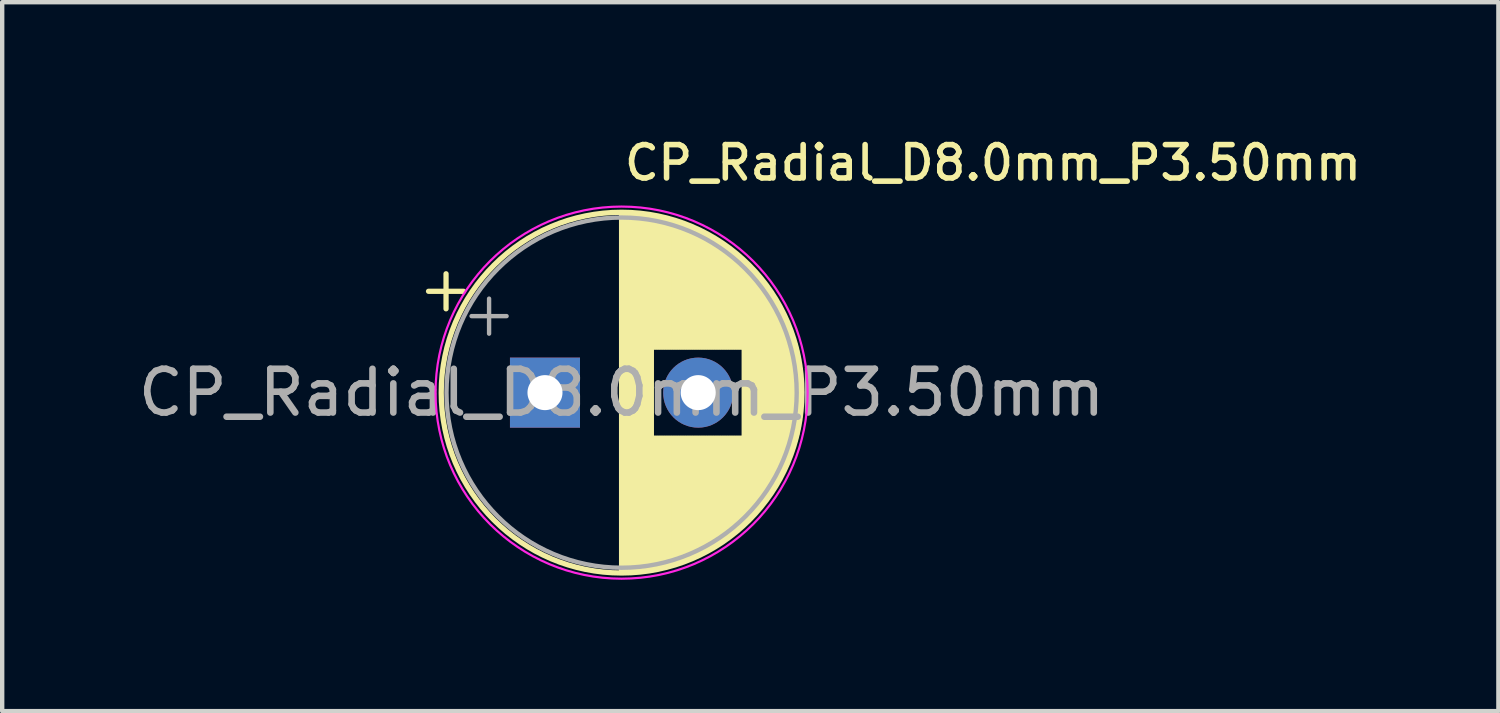
<source format=kicad_pcb>
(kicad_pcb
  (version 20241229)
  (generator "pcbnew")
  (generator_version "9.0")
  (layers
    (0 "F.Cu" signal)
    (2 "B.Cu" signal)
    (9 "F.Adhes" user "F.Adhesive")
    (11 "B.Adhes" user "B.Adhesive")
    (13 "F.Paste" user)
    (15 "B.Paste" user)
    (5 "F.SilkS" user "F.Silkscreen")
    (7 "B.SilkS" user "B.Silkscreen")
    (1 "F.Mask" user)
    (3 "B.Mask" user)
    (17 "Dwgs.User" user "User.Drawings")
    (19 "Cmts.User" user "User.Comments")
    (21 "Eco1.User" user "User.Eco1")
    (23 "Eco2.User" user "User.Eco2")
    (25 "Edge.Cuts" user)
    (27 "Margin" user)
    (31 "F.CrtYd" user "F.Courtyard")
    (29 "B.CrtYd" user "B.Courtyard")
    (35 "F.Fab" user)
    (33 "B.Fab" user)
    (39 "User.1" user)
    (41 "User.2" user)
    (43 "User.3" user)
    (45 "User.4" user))
  (footprint "CP_Radial_D8.0mm_P3.50mm"
    (layer "F.Cu")
    (at 9.399 5.919)
    (property "Reference" "CP_Radial_D8.0mm_P3.50mm" (at 1.75 -5.25 0) (layer "F.SilkS") (effects (font (size 0.762 0.762) (thickness 0.127)) (justify left)))
    (attr through_hole)
    (fp_line (start -2.66 -2.315) (end -1.86 -2.315) (stroke (width 0.12) (type solid)) (layer "F.SilkS"))
    (fp_line (start -2.26 -2.715) (end -2.26 -1.915) (stroke (width 0.12) (type solid)) (layer "F.SilkS"))
    (fp_line (start 1.75 -4.08) (end 1.75 4.08) (stroke (width 0.12) (type solid)) (layer "F.SilkS"))
    (fp_line (start 1.79 -4.08) (end 1.79 4.08) (stroke (width 0.12) (type solid)) (layer "F.SilkS"))
    (fp_line (start 1.83 -4.08) (end 1.83 4.08) (stroke (width 0.12) (type solid)) (layer "F.SilkS"))
    (fp_line (start 1.87 -4.079) (end 1.87 4.079) (stroke (width 0.12) (type solid)) (layer "F.SilkS"))
    (fp_line (start 1.91 -4.077) (end 1.91 4.077) (stroke (width 0.12) (type solid)) (layer "F.SilkS"))
    (fp_line (start 1.95 -4.076) (end 1.95 4.076) (stroke (width 0.12) (type solid)) (layer "F.SilkS"))
    (fp_line (start 1.99 -4.074) (end 1.99 4.074) (stroke (width 0.12) (type solid)) (layer "F.SilkS"))
    (fp_line (start 2.03 -4.071) (end 2.03 4.071) (stroke (width 0.12) (type solid)) (layer "F.SilkS"))
    (fp_line (start 2.07 -4.068) (end 2.07 4.068) (stroke (width 0.12) (type solid)) (layer "F.SilkS"))
    (fp_line (start 2.11 -4.065) (end 2.11 4.065) (stroke (width 0.12) (type solid)) (layer "F.SilkS"))
    (fp_line (start 2.15 -4.061) (end 2.15 4.061) (stroke (width 0.12) (type solid)) (layer "F.SilkS"))
    (fp_line (start 2.19 -4.057) (end 2.19 4.057) (stroke (width 0.12) (type solid)) (layer "F.SilkS"))
    (fp_line (start 2.23 -4.052) (end 2.23 4.052) (stroke (width 0.12) (type solid)) (layer "F.SilkS"))
    (fp_line (start 2.27 -4.048) (end 2.27 4.048) (stroke (width 0.12) (type solid)) (layer "F.SilkS"))
    (fp_line (start 2.31 -4.042) (end 2.31 4.042) (stroke (width 0.12) (type solid)) (layer "F.SilkS"))
    (fp_line (start 2.35 -4.037) (end 2.35 4.037) (stroke (width 0.12) (type solid)) (layer "F.SilkS"))
    (fp_line (start 2.39 -4.03) (end 2.39 4.03) (stroke (width 0.12) (type solid)) (layer "F.SilkS"))
    (fp_line (start 2.43 -4.024) (end 2.43 4.024) (stroke (width 0.12) (type solid)) (layer "F.SilkS"))
    (fp_line (start 2.471 -4.017) (end 2.471 -1.04) (stroke (width 0.12) (type solid)) (layer "F.SilkS"))
    (fp_line (start 2.471 1.04) (end 2.471 4.017) (stroke (width 0.12) (type solid)) (layer "F.SilkS"))
    (fp_line (start 2.511 -4.01) (end 2.511 -1.04) (stroke (width 0.12) (type solid)) (layer "F.SilkS"))
    (fp_line (start 2.511 1.04) (end 2.511 4.01) (stroke (width 0.12) (type solid)) (layer "F.SilkS"))
    (fp_line (start 2.551 -4.002) (end 2.551 -1.04) (stroke (width 0.12) (type solid)) (layer "F.SilkS"))
    (fp_line (start 2.551 1.04) (end 2.551 4.002) (stroke (width 0.12) (type solid)) (layer "F.SilkS"))
    (fp_line (start 2.591 -3.994) (end 2.591 -1.04) (stroke (width 0.12) (type solid)) (layer "F.SilkS"))
    (fp_line (start 2.591 1.04) (end 2.591 3.994) (stroke (width 0.12) (type solid)) (layer "F.SilkS"))
    (fp_line (start 2.631 -3.985) (end 2.631 -1.04) (stroke (width 0.12) (type solid)) (layer "F.SilkS"))
    (fp_line (start 2.631 1.04) (end 2.631 3.985) (stroke (width 0.12) (type solid)) (layer "F.SilkS"))
    (fp_line (start 2.671 -3.976) (end 2.671 -1.04) (stroke (width 0.12) (type solid)) (layer "F.SilkS"))
    (fp_line (start 2.671 1.04) (end 2.671 3.976) (stroke (width 0.12) (type solid)) (layer "F.SilkS"))
    (fp_line (start 2.711 -3.967) (end 2.711 -1.04) (stroke (width 0.12) (type solid)) (layer "F.SilkS"))
    (fp_line (start 2.711 1.04) (end 2.711 3.967) (stroke (width 0.12) (type solid)) (layer "F.SilkS"))
    (fp_line (start 2.751 -3.957) (end 2.751 -1.04) (stroke (width 0.12) (type solid)) (layer "F.SilkS"))
    (fp_line (start 2.751 1.04) (end 2.751 3.957) (stroke (width 0.12) (type solid)) (layer "F.SilkS"))
    (fp_line (start 2.791 -3.947) (end 2.791 -1.04) (stroke (width 0.12) (type solid)) (layer "F.SilkS"))
    (fp_line (start 2.791 1.04) (end 2.791 3.947) (stroke (width 0.12) (type solid)) (layer "F.SilkS"))
    (fp_line (start 2.831 -3.936) (end 2.831 -1.04) (stroke (width 0.12) (type solid)) (layer "F.SilkS"))
    (fp_line (start 2.831 1.04) (end 2.831 3.936) (stroke (width 0.12) (type solid)) (layer "F.SilkS"))
    (fp_line (start 2.871 -3.925) (end 2.871 -1.04) (stroke (width 0.12) (type solid)) (layer "F.SilkS"))
    (fp_line (start 2.871 1.04) (end 2.871 3.925) (stroke (width 0.12) (type solid)) (layer "F.SilkS"))
    (fp_line (start 2.911 -3.914) (end 2.911 -1.04) (stroke (width 0.12) (type solid)) (layer "F.SilkS"))
    (fp_line (start 2.911 1.04) (end 2.911 3.914) (stroke (width 0.12) (type solid)) (layer "F.SilkS"))
    (fp_line (start 2.951 -3.902) (end 2.951 -1.04) (stroke (width 0.12) (type solid)) (layer "F.SilkS"))
    (fp_line (start 2.951 1.04) (end 2.951 3.902) (stroke (width 0.12) (type solid)) (layer "F.SilkS"))
    (fp_line (start 2.991 -3.889) (end 2.991 -1.04) (stroke (width 0.12) (type solid)) (layer "F.SilkS"))
    (fp_line (start 2.991 1.04) (end 2.991 3.889) (stroke (width 0.12) (type solid)) (layer "F.SilkS"))
    (fp_line (start 3.031 -3.877) (end 3.031 -1.04) (stroke (width 0.12) (type solid)) (layer "F.SilkS"))
    (fp_line (start 3.031 1.04) (end 3.031 3.877) (stroke (width 0.12) (type solid)) (layer "F.SilkS"))
    (fp_line (start 3.071 -3.863) (end 3.071 -1.04) (stroke (width 0.12) (type solid)) (layer "F.SilkS"))
    (fp_line (start 3.071 1.04) (end 3.071 3.863) (stroke (width 0.12) (type solid)) (layer "F.SilkS"))
    (fp_line (start 3.111 -3.85) (end 3.111 -1.04) (stroke (width 0.12) (type solid)) (layer "F.SilkS"))
    (fp_line (start 3.111 1.04) (end 3.111 3.85) (stroke (width 0.12) (type solid)) (layer "F.SilkS"))
    (fp_line (start 3.151 -3.835) (end 3.151 -1.04) (stroke (width 0.12) (type solid)) (layer "F.SilkS"))
    (fp_line (start 3.151 1.04) (end 3.151 3.835) (stroke (width 0.12) (type solid)) (layer "F.SilkS"))
    (fp_line (start 3.191 -3.821) (end 3.191 -1.04) (stroke (width 0.12) (type solid)) (layer "F.SilkS"))
    (fp_line (start 3.191 1.04) (end 3.191 3.821) (stroke (width 0.12) (type solid)) (layer "F.SilkS"))
    (fp_line (start 3.231 -3.805) (end 3.231 -1.04) (stroke (width 0.12) (type solid)) (layer "F.SilkS"))
    (fp_line (start 3.231 1.04) (end 3.231 3.805) (stroke (width 0.12) (type solid)) (layer "F.SilkS"))
    (fp_line (start 3.271 -3.79) (end 3.271 -1.04) (stroke (width 0.12) (type solid)) (layer "F.SilkS"))
    (fp_line (start 3.271 1.04) (end 3.271 3.79) (stroke (width 0.12) (type solid)) (layer "F.SilkS"))
    (fp_line (start 3.311 -3.774) (end 3.311 -1.04) (stroke (width 0.12) (type solid)) (layer "F.SilkS"))
    (fp_line (start 3.311 1.04) (end 3.311 3.774) (stroke (width 0.12) (type solid)) (layer "F.SilkS"))
    (fp_line (start 3.351 -3.757) (end 3.351 -1.04) (stroke (width 0.12) (type solid)) (layer "F.SilkS"))
    (fp_line (start 3.351 1.04) (end 3.351 3.757) (stroke (width 0.12) (type solid)) (layer "F.SilkS"))
    (fp_line (start 3.391 -3.74) (end 3.391 -1.04) (stroke (width 0.12) (type solid)) (layer "F.SilkS"))
    (fp_line (start 3.391 1.04) (end 3.391 3.74) (stroke (width 0.12) (type solid)) (layer "F.SilkS"))
    (fp_line (start 3.431 -3.722) (end 3.431 -1.04) (stroke (width 0.12) (type solid)) (layer "F.SilkS"))
    (fp_line (start 3.431 1.04) (end 3.431 3.722) (stroke (width 0.12) (type solid)) (layer "F.SilkS"))
    (fp_line (start 3.471 -3.704) (end 3.471 -1.04) (stroke (width 0.12) (type solid)) (layer "F.SilkS"))
    (fp_line (start 3.471 1.04) (end 3.471 3.704) (stroke (width 0.12) (type solid)) (layer "F.SilkS"))
    (fp_line (start 3.511 -3.686) (end 3.511 -1.04) (stroke (width 0.12) (type solid)) (layer "F.SilkS"))
    (fp_line (start 3.511 1.04) (end 3.511 3.686) (stroke (width 0.12) (type solid)) (layer "F.SilkS"))
    (fp_line (start 3.551 -3.666) (end 3.551 -1.04) (stroke (width 0.12) (type solid)) (layer "F.SilkS"))
    (fp_line (start 3.551 1.04) (end 3.551 3.666) (stroke (width 0.12) (type solid)) (layer "F.SilkS"))
    (fp_line (start 3.591 -3.647) (end 3.591 -1.04) (stroke (width 0.12) (type solid)) (layer "F.SilkS"))
    (fp_line (start 3.591 1.04) (end 3.591 3.647) (stroke (width 0.12) (type solid)) (layer "F.SilkS"))
    (fp_line (start 3.631 -3.627) (end 3.631 -1.04) (stroke (width 0.12) (type solid)) (layer "F.SilkS"))
    (fp_line (start 3.631 1.04) (end 3.631 3.627) (stroke (width 0.12) (type solid)) (layer "F.SilkS"))
    (fp_line (start 3.671 -3.606) (end 3.671 -1.04) (stroke (width 0.12) (type solid)) (layer "F.SilkS"))
    (fp_line (start 3.671 1.04) (end 3.671 3.606) (stroke (width 0.12) (type solid)) (layer "F.SilkS"))
    (fp_line (start 3.711 -3.584) (end 3.711 -1.04) (stroke (width 0.12) (type solid)) (layer "F.SilkS"))
    (fp_line (start 3.711 1.04) (end 3.711 3.584) (stroke (width 0.12) (type solid)) (layer "F.SilkS"))
    (fp_line (start 3.751 -3.562) (end 3.751 -1.04) (stroke (width 0.12) (type solid)) (layer "F.SilkS"))
    (fp_line (start 3.751 1.04) (end 3.751 3.562) (stroke (width 0.12) (type solid)) (layer "F.SilkS"))
    (fp_line (start 3.791 -3.54) (end 3.791 -1.04) (stroke (width 0.12) (type solid)) (layer "F.SilkS"))
    (fp_line (start 3.791 1.04) (end 3.791 3.54) (stroke (width 0.12) (type solid)) (layer "F.SilkS"))
    (fp_line (start 3.831 -3.517) (end 3.831 -1.04) (stroke (width 0.12) (type solid)) (layer "F.SilkS"))
    (fp_line (start 3.831 1.04) (end 3.831 3.517) (stroke (width 0.12) (type solid)) (layer "F.SilkS"))
    (fp_line (start 3.871 -3.493) (end 3.871 -1.04) (stroke (width 0.12) (type solid)) (layer "F.SilkS"))
    (fp_line (start 3.871 1.04) (end 3.871 3.493) (stroke (width 0.12) (type solid)) (layer "F.SilkS"))
    (fp_line (start 3.911 -3.469) (end 3.911 -1.04) (stroke (width 0.12) (type solid)) (layer "F.SilkS"))
    (fp_line (start 3.911 1.04) (end 3.911 3.469) (stroke (width 0.12) (type solid)) (layer "F.SilkS"))
    (fp_line (start 3.951 -3.444) (end 3.951 -1.04) (stroke (width 0.12) (type solid)) (layer "F.SilkS"))
    (fp_line (start 3.951 1.04) (end 3.951 3.444) (stroke (width 0.12) (type solid)) (layer "F.SilkS"))
    (fp_line (start 3.991 -3.418) (end 3.991 -1.04) (stroke (width 0.12) (type solid)) (layer "F.SilkS"))
    (fp_line (start 3.991 1.04) (end 3.991 3.418) (stroke (width 0.12) (type solid)) (layer "F.SilkS"))
    (fp_line (start 4.031 -3.392) (end 4.031 -1.04) (stroke (width 0.12) (type solid)) (layer "F.SilkS"))
    (fp_line (start 4.031 1.04) (end 4.031 3.392) (stroke (width 0.12) (type solid)) (layer "F.SilkS"))
    (fp_line (start 4.071 -3.365) (end 4.071 -1.04) (stroke (width 0.12) (type solid)) (layer "F.SilkS"))
    (fp_line (start 4.071 1.04) (end 4.071 3.365) (stroke (width 0.12) (type solid)) (layer "F.SilkS"))
    (fp_line (start 4.111 -3.338) (end 4.111 -1.04) (stroke (width 0.12) (type solid)) (layer "F.SilkS"))
    (fp_line (start 4.111 1.04) (end 4.111 3.338) (stroke (width 0.12) (type solid)) (layer "F.SilkS"))
    (fp_line (start 4.151 -3.309) (end 4.151 -1.04) (stroke (width 0.12) (type solid)) (layer "F.SilkS"))
    (fp_line (start 4.151 1.04) (end 4.151 3.309) (stroke (width 0.12) (type solid)) (layer "F.SilkS"))
    (fp_line (start 4.191 -3.28) (end 4.191 -1.04) (stroke (width 0.12) (type solid)) (layer "F.SilkS"))
    (fp_line (start 4.191 1.04) (end 4.191 3.28) (stroke (width 0.12) (type solid)) (layer "F.SilkS"))
    (fp_line (start 4.231 -3.25) (end 4.231 -1.04) (stroke (width 0.12) (type solid)) (layer "F.SilkS"))
    (fp_line (start 4.231 1.04) (end 4.231 3.25) (stroke (width 0.12) (type solid)) (layer "F.SilkS"))
    (fp_line (start 4.271 -3.22) (end 4.271 -1.04) (stroke (width 0.12) (type solid)) (layer "F.SilkS"))
    (fp_line (start 4.271 1.04) (end 4.271 3.22) (stroke (width 0.12) (type solid)) (layer "F.SilkS"))
    (fp_line (start 4.311 -3.189) (end 4.311 -1.04) (stroke (width 0.12) (type solid)) (layer "F.SilkS"))
    (fp_line (start 4.311 1.04) (end 4.311 3.189) (stroke (width 0.12) (type solid)) (layer "F.SilkS"))
    (fp_line (start 4.351 -3.156) (end 4.351 -1.04) (stroke (width 0.12) (type solid)) (layer "F.SilkS"))
    (fp_line (start 4.351 1.04) (end 4.351 3.156) (stroke (width 0.12) (type solid)) (layer "F.SilkS"))
    (fp_line (start 4.391 -3.124) (end 4.391 -1.04) (stroke (width 0.12) (type solid)) (layer "F.SilkS"))
    (fp_line (start 4.391 1.04) (end 4.391 3.124) (stroke (width 0.12) (type solid)) (layer "F.SilkS"))
    (fp_line (start 4.431 -3.09) (end 4.431 -1.04) (stroke (width 0.12) (type solid)) (layer "F.SilkS"))
    (fp_line (start 4.431 1.04) (end 4.431 3.09) (stroke (width 0.12) (type solid)) (layer "F.SilkS"))
    (fp_line (start 4.471 -3.055) (end 4.471 -1.04) (stroke (width 0.12) (type solid)) (layer "F.SilkS"))
    (fp_line (start 4.471 1.04) (end 4.471 3.055) (stroke (width 0.12) (type solid)) (layer "F.SilkS"))
    (fp_line (start 4.511 -3.019) (end 4.511 -1.04) (stroke (width 0.12) (type solid)) (layer "F.SilkS"))
    (fp_line (start 4.511 1.04) (end 4.511 3.019) (stroke (width 0.12) (type solid)) (layer "F.SilkS"))
    (fp_line (start 4.551 -2.983) (end 4.551 2.983) (stroke (width 0.12) (type solid)) (layer "F.SilkS"))
    (fp_line (start 4.591 -2.945) (end 4.591 2.945) (stroke (width 0.12) (type solid)) (layer "F.SilkS"))
    (fp_line (start 4.631 -2.907) (end 4.631 2.907) (stroke (width 0.12) (type solid)) (layer "F.SilkS"))
    (fp_line (start 4.671 -2.867) (end 4.671 2.867) (stroke (width 0.12) (type solid)) (layer "F.SilkS"))
    (fp_line (start 4.711 -2.826) (end 4.711 2.826) (stroke (width 0.12) (type solid)) (layer "F.SilkS"))
    (fp_line (start 4.751 -2.784) (end 4.751 2.784) (stroke (width 0.12) (type solid)) (layer "F.SilkS"))
    (fp_line (start 4.791 -2.741) (end 4.791 2.741) (stroke (width 0.12) (type solid)) (layer "F.SilkS"))
    (fp_line (start 4.831 -2.697) (end 4.831 2.697) (stroke (width 0.12) (type solid)) (layer "F.SilkS"))
    (fp_line (start 4.871 -2.651) (end 4.871 2.651) (stroke (width 0.12) (type solid)) (layer "F.SilkS"))
    (fp_line (start 4.911 -2.604) (end 4.911 2.604) (stroke (width 0.12) (type solid)) (layer "F.SilkS"))
    (fp_line (start 4.951 -2.556) (end 4.951 2.556) (stroke (width 0.12) (type solid)) (layer "F.SilkS"))
    (fp_line (start 4.991 -2.505) (end 4.991 2.505) (stroke (width 0.12) (type solid)) (layer "F.SilkS"))
    (fp_line (start 5.031 -2.454) (end 5.031 2.454) (stroke (width 0.12) (type solid)) (layer "F.SilkS"))
    (fp_line (start 5.071 -2.4) (end 5.071 2.4) (stroke (width 0.12) (type solid)) (layer "F.SilkS"))
    (fp_line (start 5.111 -2.345) (end 5.111 2.345) (stroke (width 0.12) (type solid)) (layer "F.SilkS"))
    (fp_line (start 5.151 -2.287) (end 5.151 2.287) (stroke (width 0.12) (type solid)) (layer "F.SilkS"))
    (fp_line (start 5.191 -2.228) (end 5.191 2.228) (stroke (width 0.12) (type solid)) (layer "F.SilkS"))
    (fp_line (start 5.231 -2.166) (end 5.231 2.166) (stroke (width 0.12) (type solid)) (layer "F.SilkS"))
    (fp_line (start 5.271 -2.102) (end 5.271 2.102) (stroke (width 0.12) (type solid)) (layer "F.SilkS"))
    (fp_line (start 5.311 -2.034) (end 5.311 2.034) (stroke (width 0.12) (type solid)) (layer "F.SilkS"))
    (fp_line (start 5.351 -1.964) (end 5.351 1.964) (stroke (width 0.12) (type solid)) (layer "F.SilkS"))
    (fp_line (start 5.391 -1.89) (end 5.391 1.89) (stroke (width 0.12) (type solid)) (layer "F.SilkS"))
    (fp_line (start 5.431 -1.813) (end 5.431 1.813) (stroke (width 0.12) (type solid)) (layer "F.SilkS"))
    (fp_line (start 5.471 -1.731) (end 5.471 1.731) (stroke (width 0.12) (type solid)) (layer "F.SilkS"))
    (fp_line (start 5.511 -1.645) (end 5.511 1.645) (stroke (width 0.12) (type solid)) (layer "F.SilkS"))
    (fp_line (start 5.551 -1.552) (end 5.551 1.552) (stroke (width 0.12) (type solid)) (layer "F.SilkS"))
    (fp_line (start 5.591 -1.453) (end 5.591 1.453) (stroke (width 0.12) (type solid)) (layer "F.SilkS"))
    (fp_line (start 5.631 -1.346) (end 5.631 1.346) (stroke (width 0.12) (type solid)) (layer "F.SilkS"))
    (fp_line (start 5.671 -1.229) (end 5.671 1.229) (stroke (width 0.12) (type solid)) (layer "F.SilkS"))
    (fp_line (start 5.711 -1.098) (end 5.711 1.098) (stroke (width 0.12) (type solid)) (layer "F.SilkS"))
    (fp_line (start 5.751 -0.948) (end 5.751 0.948) (stroke (width 0.12) (type solid)) (layer "F.SilkS"))
    (fp_line (start 5.791 -0.768) (end 5.791 0.768) (stroke (width 0.12) (type solid)) (layer "F.SilkS"))
    (fp_line (start 5.831 -0.533) (end 5.831 0.533) (stroke (width 0.12) (type solid)) (layer "F.SilkS"))
    (fp_circle (center 1.75 0) (end 5.87 0) (stroke (width 0.12) (type solid)) (fill no) (layer "F.SilkS"))
    (fp_circle (center 1.75 0) (end 6 0) (stroke (width 0.05) (type solid)) (fill no) (layer "F.CrtYd"))
    (fp_line (start -1.677 -1.748) (end -0.877 -1.748) (stroke (width 0.1) (type solid)) (layer "F.Fab"))
    (fp_line (start -1.277 -2.147) (end -1.277 -1.347) (stroke (width 0.1) (type solid)) (layer "F.Fab"))
    (fp_circle (center 1.75 0) (end 5.75 0) (stroke (width 0.1) (type solid)) (fill no) (layer "F.Fab"))
    (fp_text user "${REFERENCE}" (at 1.75 0 0) (layer "F.Fab") (effects (font (size 1 1) (thickness 0.15))))
    (pad "1" thru_hole rect (at 0 0) (size 1.6 1.6) (drill 0.8) (layers "*.Cu" "*.Mask"))
    (pad "2" thru_hole circle (at 3.5 0) (size 1.6 1.6) (drill 0.8) (layers "*.Cu" "*.Mask")))
  (gr_rect
    (start -3 -3)
    (end 31.178 13.194)
    (stroke (width 0.1) (type default))
    (fill no)
    (layer "Edge.Cuts")))
</source>
